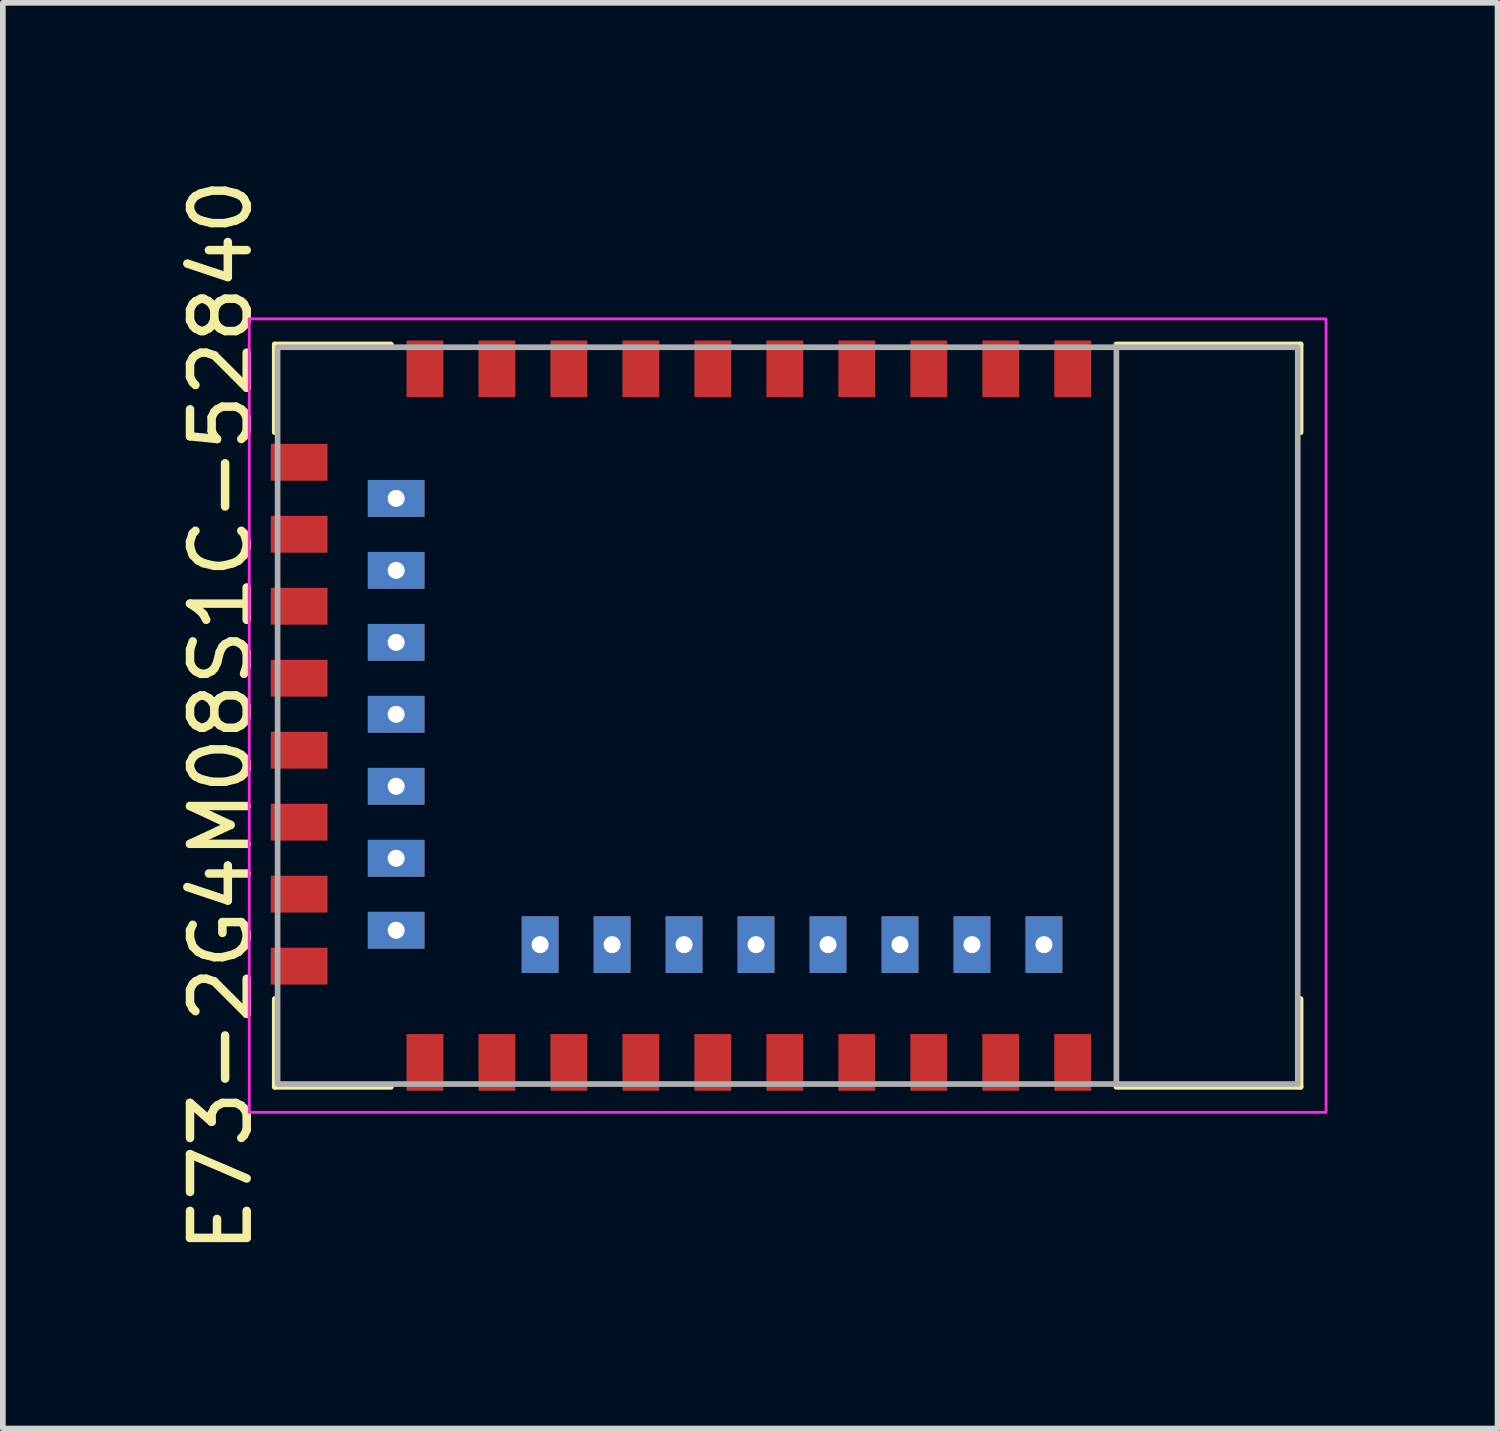
<source format=kicad_pcb>
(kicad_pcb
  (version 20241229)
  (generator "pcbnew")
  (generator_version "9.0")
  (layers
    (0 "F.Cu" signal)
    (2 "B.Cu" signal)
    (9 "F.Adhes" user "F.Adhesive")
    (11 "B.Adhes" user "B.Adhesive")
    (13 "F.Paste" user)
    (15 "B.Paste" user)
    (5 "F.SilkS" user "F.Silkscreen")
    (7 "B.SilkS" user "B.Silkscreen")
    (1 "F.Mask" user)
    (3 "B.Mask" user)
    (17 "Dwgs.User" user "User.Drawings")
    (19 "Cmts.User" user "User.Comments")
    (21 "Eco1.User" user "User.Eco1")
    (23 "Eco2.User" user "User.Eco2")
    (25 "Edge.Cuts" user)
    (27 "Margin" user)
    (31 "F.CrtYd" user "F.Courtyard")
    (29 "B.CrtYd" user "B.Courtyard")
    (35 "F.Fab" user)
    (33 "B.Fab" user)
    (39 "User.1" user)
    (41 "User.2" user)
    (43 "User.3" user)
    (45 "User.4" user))
  (footprint "E73-2G4M08S1C-52840"
    (layer "F.Cu")
    (at 10.848 9.577)
    (property "Reference" "E73-2G4M08S1C-52840" (at -10 0 90) (layer "F.SilkS") (effects (font (size 1 1) (thickness 0.15))))
    (attr smd)
    (fp_line (start -9.05 -6.55) (end -9.05 -5) (stroke (width 0.1) (type default)) (layer "F.SilkS"))
    (fp_line (start -9.05 5) (end -9.05 6.55) (stroke (width 0.1) (type default)) (layer "F.SilkS"))
    (fp_line (start -9.05 6.55) (end -7 6.55) (stroke (width 0.1) (type default)) (layer "F.SilkS"))
    (fp_line (start -7 -6.55) (end -9.05 -6.55) (stroke (width 0.1) (type default)) (layer "F.SilkS"))
    (fp_line (start 5.8 6.55) (end 9.05 6.55) (stroke (width 0.1) (type default)) (layer "F.SilkS"))
    (fp_line (start 9.05 -6.55) (end 5.8 -6.55) (stroke (width 0.1) (type default)) (layer "F.SilkS"))
    (fp_line (start 9.05 -5) (end 9.05 -6.55) (stroke (width 0.1) (type default)) (layer "F.SilkS"))
    (fp_line (start 9.05 6.55) (end 9.05 5) (stroke (width 0.1) (type default)) (layer "F.SilkS"))
    (fp_rect (start -9.5 -7) (end 9.5 7) (stroke (width 0.05) (type default)) (fill no) (layer "F.CrtYd"))
    (fp_line (start 5.8 -6.5) (end 5.8 6.5) (stroke (width 0.1) (type default)) (layer "F.Fab"))
    (fp_rect (start 9 -6.5) (end -9 6.5) (stroke (width 0.1) (type default)) (fill no) (layer "F.Fab"))
    (pad "1" smd rect (at 5.03 -6.119) (size 0.65 1) (layers "F.Cu" "F.Mask" "F.Paste"))
    (pad "2" smd rect (at 3.76 -6.119) (size 0.65 1) (layers "F.Cu" "F.Mask" "F.Paste"))
    (pad "3" smd rect (at 2.49 -6.119) (size 0.65 1) (layers "F.Cu" "F.Mask" "F.Paste"))
    (pad "4" smd rect (at 1.22 -6.119) (size 0.65 1) (layers "F.Cu" "F.Mask" "F.Paste"))
    (pad "5" smd rect (at -0.05 -6.119) (size 0.65 1) (layers "F.Cu" "F.Mask" "F.Paste"))
    (pad "6" smd rect (at -1.32 -6.119) (size 0.65 1) (layers "F.Cu" "F.Mask" "F.Paste"))
    (pad "7" smd rect (at -2.59 -6.119) (size 0.65 1) (layers "F.Cu" "F.Mask" "F.Paste"))
    (pad "8" smd rect (at -3.86 -6.119) (size 0.65 1) (layers "F.Cu" "F.Mask" "F.Paste"))
    (pad "9" smd rect (at -5.13 -6.119) (size 0.65 1) (layers "F.Cu" "F.Mask" "F.Paste"))
    (pad "10" smd rect (at -6.4 -6.119) (size 0.65 1) (layers "F.Cu" "F.Mask" "F.Paste"))
    (pad "11" smd rect (at -8.619 -4.47 90) (size 0.65 1) (layers "F.Cu" "F.Mask" "F.Paste"))
    (pad "12" thru_hole rect (at -6.908 -3.833 90) (size 0.65 1) (drill 0.3) (layers "*.Cu" "*.Mask" "F.Paste"))
    (pad "13" smd rect (at -8.619 -3.2 90) (size 0.65 1) (layers "F.Cu" "F.Mask" "F.Paste"))
    (pad "14" thru_hole rect (at -6.908 -2.563 90) (size 0.65 1) (drill 0.3) (layers "*.Cu" "*.Mask" "F.Paste"))
    (pad "15" smd rect (at -8.619 -1.93 90) (size 0.65 1) (layers "F.Cu" "F.Mask" "F.Paste"))
    (pad "16" thru_hole rect (at -6.908 -1.293 90) (size 0.65 1) (drill 0.3) (layers "*.Cu" "*.Mask" "F.Paste"))
    (pad "17" smd rect (at -8.619 -0.66 90) (size 0.65 1) (layers "F.Cu" "F.Mask" "F.Paste"))
    (pad "18" thru_hole rect (at -6.908 -0.023 90) (size 0.65 1) (drill 0.3) (layers "*.Cu" "*.Mask" "F.Paste"))
    (pad "19" smd rect (at -8.619 0.61 90) (size 0.65 1) (layers "F.Cu" "F.Mask" "F.Paste"))
    (pad "20" thru_hole rect (at -6.908 1.247 90) (size 0.65 1) (drill 0.3) (layers "*.Cu" "*.Mask" "F.Paste"))
    (pad "21" smd rect (at -8.619 1.88 90) (size 0.65 1) (layers "F.Cu" "F.Mask" "F.Paste"))
    (pad "22" thru_hole rect (at -6.908 2.517 90) (size 0.65 1) (drill 0.3) (layers "*.Cu" "*.Mask" "F.Paste"))
    (pad "23" smd rect (at -8.619 3.15 90) (size 0.65 1) (layers "F.Cu" "F.Mask" "F.Paste"))
    (pad "24" thru_hole rect (at -6.908 3.787 90) (size 0.65 1) (drill 0.3) (layers "*.Cu" "*.Mask" "F.Paste"))
    (pad "25" smd rect (at -8.619 4.42 90) (size 0.65 1) (layers "F.Cu" "F.Mask" "F.Paste"))
    (pad "26" smd rect (at -6.4 6.119) (size 0.65 1) (layers "F.Cu" "F.Mask" "F.Paste"))
    (pad "27" smd rect (at -5.13 6.119) (size 0.65 1) (layers "F.Cu" "F.Mask" "F.Paste"))
    (pad "28" thru_hole rect (at -4.368 4.041) (size 0.65 1) (drill 0.3) (layers "*.Cu" "*.Mask" "F.Paste"))
    (pad "29" smd rect (at -3.86 6.119) (size 0.65 1) (layers "F.Cu" "F.Mask" "F.Paste"))
    (pad "30" thru_hole rect (at -3.098 4.041) (size 0.65 1) (drill 0.3) (layers "*.Cu" "*.Mask" "F.Paste"))
    (pad "31" smd rect (at -2.59 6.119) (size 0.65 1) (layers "F.Cu" "F.Mask" "F.Paste"))
    (pad "32" thru_hole rect (at -1.828 4.041) (size 0.65 1) (drill 0.3) (layers "*.Cu" "*.Mask" "F.Paste"))
    (pad "33" smd rect (at -1.32 6.119) (size 0.65 1) (layers "F.Cu" "F.Mask" "F.Paste"))
    (pad "34" thru_hole rect (at -0.558 4.041) (size 0.65 1) (drill 0.3) (layers "*.Cu" "*.Mask" "F.Paste"))
    (pad "35" smd rect (at -0.05 6.119) (size 0.65 1) (layers "F.Cu" "F.Mask" "F.Paste"))
    (pad "36" thru_hole rect (at 0.712 4.041) (size 0.65 1) (drill 0.3) (layers "*.Cu" "*.Mask" "F.Paste"))
    (pad "37" smd rect (at 1.22 6.119) (size 0.65 1) (layers "F.Cu" "F.Mask" "F.Paste"))
    (pad "38" thru_hole rect (at 1.982 4.041) (size 0.65 1) (drill 0.3) (layers "*.Cu" "*.Mask" "F.Paste"))
    (pad "39" smd rect (at 2.49 6.119) (size 0.65 1) (layers "F.Cu" "F.Mask" "F.Paste"))
    (pad "40" thru_hole rect (at 3.252 4.041) (size 0.65 1) (drill 0.3) (layers "*.Cu" "*.Mask" "F.Paste"))
    (pad "41" smd rect (at 3.76 6.119) (size 0.65 1) (layers "F.Cu" "F.Mask" "F.Paste"))
    (pad "42" thru_hole rect (at 4.522 4.041) (size 0.65 1) (drill 0.3) (layers "*.Cu" "*.Mask" "F.Paste"))
    (pad "43" smd rect (at 5.03 6.119) (size 0.65 1) (layers "F.Cu" "F.Mask" "F.Paste"))
    (zone (net_name "") (layer "F.Cu") (name "ant") (hatch edge 0.5) (connect_pads) (min_thickness 0.25) (filled_areas_thickness no) (keepout (tracks not_allowed) (vias not_allowed) (pads not_allowed) (copperpour not_allowed) (footprints not_allowed)) (placement (enabled no)) (fill) (polygon (pts (xy 16.648 16.077) (xy 19.848 16.077) (xy 19.848 3.077) (xy 16.648 3.077))))
    (zone (net_name "") (layer "B.Cu") (name "ant") (hatch edge 0.5) (connect_pads) (min_thickness 0.25) (filled_areas_thickness no) (keepout (tracks allowed) (vias not_allowed) (pads not_allowed) (copperpour not_allowed) (footprints allowed)) (placement (enabled no)) (fill) (polygon (pts (xy 16.648 16.077) (xy 19.848 16.077) (xy 19.848 3.077) (xy 16.648 3.077)))))
  (gr_rect
    (start -3 -3)
    (end 23.373 22.155)
    (stroke (width 0.1) (type default))
    (fill no)
    (layer "Edge.Cuts")))
</source>
